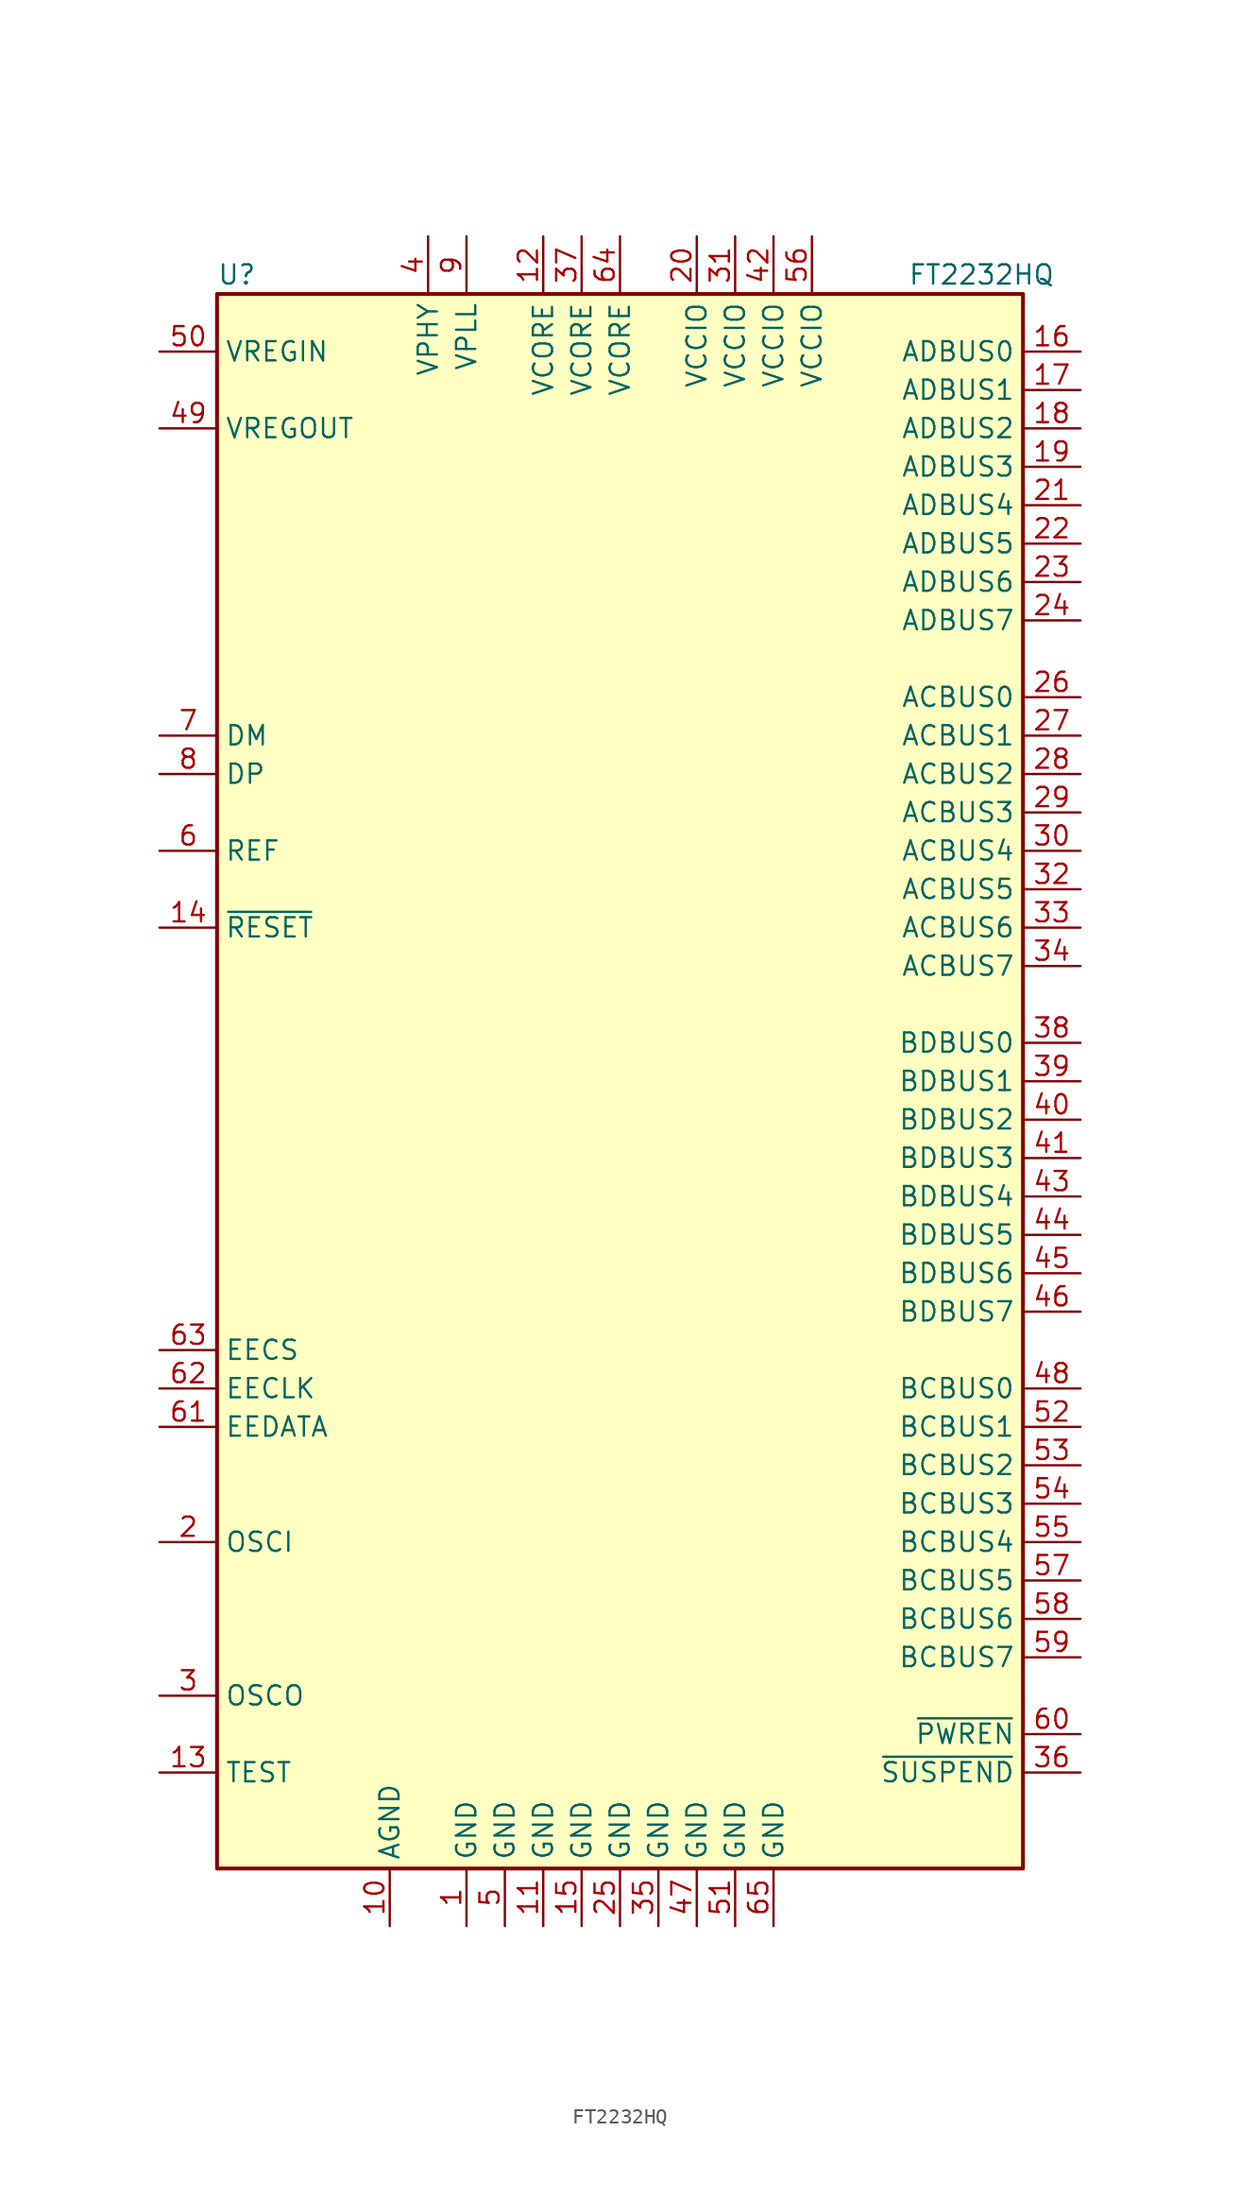
<source format=kicad_sym>
(kicad_symbol_lib
  (version 20201005)
  (generator kicad_symbol_editor)
  (symbol "FT2232HQ"
    (property "Reference" "U"
      (at -26.67 53.34 0)
      (effects (font (size 1.27 1.27)) (justify left)))
    (property "Value" "FT2232HQ"
      (at 19.05 53.34 0)
      (effects (font (size 1.27 1.27)) (justify left)))
    (symbol "FT2232HQ_0_1"
      (rectangle (start -26.67 -52.07) (end 26.67 52.07) (stroke (width 0.254)) (fill (type background))))
    (symbol "FT2232HQ_1_1"
      (pin power_in line (at -10.16 -55.88 90) (length 3.81) (name "GND" (effects (font (size 1.27 1.27)))) (number "1" (effects (font (size 1.27 1.27)))))
      (pin power_in line (at -15.24 -55.88 90) (length 3.81) (name "AGND" (effects (font (size 1.27 1.27)))) (number "10" (effects (font (size 1.27 1.27)))))
      (pin power_in line (at -5.08 -55.88 90) (length 3.81) (name "GND" (effects (font (size 1.27 1.27)))) (number "11" (effects (font (size 1.27 1.27)))))
      (pin power_in line (at -5.08 55.88 270) (length 3.81) (name "VCORE" (effects (font (size 1.27 1.27)))) (number "12" (effects (font (size 1.27 1.27)))))
      (pin input line (at -30.48 -45.72 0) (length 3.81) (name "TEST" (effects (font (size 1.27 1.27)))) (number "13" (effects (font (size 1.27 1.27)))))
      (pin input line (at -30.48 10.16 0) (length 3.81) (name "~RESET" (effects (font (size 1.27 1.27)))) (number "14" (effects (font (size 1.27 1.27)))))
      (pin power_in line (at -2.54 -55.88 90) (length 3.81) (name "GND" (effects (font (size 1.27 1.27)))) (number "15" (effects (font (size 1.27 1.27)))))
      (pin bidirectional line (at 30.48 48.26 180) (length 3.81) (name "ADBUS0" (effects (font (size 1.27 1.27)))) (number "16" (effects (font (size 1.27 1.27)))))
      (pin bidirectional line (at 30.48 45.72 180) (length 3.81) (name "ADBUS1" (effects (font (size 1.27 1.27)))) (number "17" (effects (font (size 1.27 1.27)))))
      (pin bidirectional line (at 30.48 43.18 180) (length 3.81) (name "ADBUS2" (effects (font (size 1.27 1.27)))) (number "18" (effects (font (size 1.27 1.27)))))
      (pin bidirectional line (at 30.48 40.64 180) (length 3.81) (name "ADBUS3" (effects (font (size 1.27 1.27)))) (number "19" (effects (font (size 1.27 1.27)))))
      (pin input line (at -30.48 -30.48 0) (length 3.81) (name "OSCI" (effects (font (size 1.27 1.27)))) (number "2" (effects (font (size 1.27 1.27)))))
      (pin power_in line (at 5.08 55.88 270) (length 3.81) (name "VCCIO" (effects (font (size 1.27 1.27)))) (number "20" (effects (font (size 1.27 1.27)))))
      (pin bidirectional line (at 30.48 38.1 180) (length 3.81) (name "ADBUS4" (effects (font (size 1.27 1.27)))) (number "21" (effects (font (size 1.27 1.27)))))
      (pin bidirectional line (at 30.48 35.56 180) (length 3.81) (name "ADBUS5" (effects (font (size 1.27 1.27)))) (number "22" (effects (font (size 1.27 1.27)))))
      (pin bidirectional line (at 30.48 33.02 180) (length 3.81) (name "ADBUS6" (effects (font (size 1.27 1.27)))) (number "23" (effects (font (size 1.27 1.27)))))
      (pin bidirectional line (at 30.48 30.48 180) (length 3.81) (name "ADBUS7" (effects (font (size 1.27 1.27)))) (number "24" (effects (font (size 1.27 1.27)))))
      (pin power_in line (at 0 -55.88 90) (length 3.81) (name "GND" (effects (font (size 1.27 1.27)))) (number "25" (effects (font (size 1.27 1.27)))))
      (pin bidirectional line (at 30.48 25.4 180) (length 3.81) (name "ACBUS0" (effects (font (size 1.27 1.27)))) (number "26" (effects (font (size 1.27 1.27)))))
      (pin bidirectional line (at 30.48 22.86 180) (length 3.81) (name "ACBUS1" (effects (font (size 1.27 1.27)))) (number "27" (effects (font (size 1.27 1.27)))))
      (pin bidirectional line (at 30.48 20.32 180) (length 3.81) (name "ACBUS2" (effects (font (size 1.27 1.27)))) (number "28" (effects (font (size 1.27 1.27)))))
      (pin bidirectional line (at 30.48 17.78 180) (length 3.81) (name "ACBUS3" (effects (font (size 1.27 1.27)))) (number "29" (effects (font (size 1.27 1.27)))))
      (pin output line (at -30.48 -40.64 0) (length 3.81) (name "OSCO" (effects (font (size 1.27 1.27)))) (number "3" (effects (font (size 1.27 1.27)))))
      (pin bidirectional line (at 30.48 15.24 180) (length 3.81) (name "ACBUS4" (effects (font (size 1.27 1.27)))) (number "30" (effects (font (size 1.27 1.27)))))
      (pin power_in line (at 7.62 55.88 270) (length 3.81) (name "VCCIO" (effects (font (size 1.27 1.27)))) (number "31" (effects (font (size 1.27 1.27)))))
      (pin bidirectional line (at 30.48 12.7 180) (length 3.81) (name "ACBUS5" (effects (font (size 1.27 1.27)))) (number "32" (effects (font (size 1.27 1.27)))))
      (pin bidirectional line (at 30.48 10.16 180) (length 3.81) (name "ACBUS6" (effects (font (size 1.27 1.27)))) (number "33" (effects (font (size 1.27 1.27)))))
      (pin bidirectional line (at 30.48 7.62 180) (length 3.81) (name "ACBUS7" (effects (font (size 1.27 1.27)))) (number "34" (effects (font (size 1.27 1.27)))))
      (pin power_in line (at 2.54 -55.88 90) (length 3.81) (name "GND" (effects (font (size 1.27 1.27)))) (number "35" (effects (font (size 1.27 1.27)))))
      (pin output line (at 30.48 -45.72 180) (length 3.81) (name "~SUSPEND" (effects (font (size 1.27 1.27)))) (number "36" (effects (font (size 1.27 1.27)))))
      (pin power_in line (at -2.54 55.88 270) (length 3.81) (name "VCORE" (effects (font (size 1.27 1.27)))) (number "37" (effects (font (size 1.27 1.27)))))
      (pin bidirectional line (at 30.48 2.54 180) (length 3.81) (name "BDBUS0" (effects (font (size 1.27 1.27)))) (number "38" (effects (font (size 1.27 1.27)))))
      (pin bidirectional line (at 30.48 0 180) (length 3.81) (name "BDBUS1" (effects (font (size 1.27 1.27)))) (number "39" (effects (font (size 1.27 1.27)))))
      (pin power_in line (at -12.7 55.88 270) (length 3.81) (name "VPHY" (effects (font (size 1.27 1.27)))) (number "4" (effects (font (size 1.27 1.27)))))
      (pin bidirectional line (at 30.48 -2.54 180) (length 3.81) (name "BDBUS2" (effects (font (size 1.27 1.27)))) (number "40" (effects (font (size 1.27 1.27)))))
      (pin bidirectional line (at 30.48 -5.08 180) (length 3.81) (name "BDBUS3" (effects (font (size 1.27 1.27)))) (number "41" (effects (font (size 1.27 1.27)))))
      (pin power_in line (at 10.16 55.88 270) (length 3.81) (name "VCCIO" (effects (font (size 1.27 1.27)))) (number "42" (effects (font (size 1.27 1.27)))))
      (pin bidirectional line (at 30.48 -7.62 180) (length 3.81) (name "BDBUS4" (effects (font (size 1.27 1.27)))) (number "43" (effects (font (size 1.27 1.27)))))
      (pin bidirectional line (at 30.48 -10.16 180) (length 3.81) (name "BDBUS5" (effects (font (size 1.27 1.27)))) (number "44" (effects (font (size 1.27 1.27)))))
      (pin bidirectional line (at 30.48 -12.7 180) (length 3.81) (name "BDBUS6" (effects (font (size 1.27 1.27)))) (number "45" (effects (font (size 1.27 1.27)))))
      (pin bidirectional line (at 30.48 -15.24 180) (length 3.81) (name "BDBUS7" (effects (font (size 1.27 1.27)))) (number "46" (effects (font (size 1.27 1.27)))))
      (pin power_in line (at 5.08 -55.88 90) (length 3.81) (name "GND" (effects (font (size 1.27 1.27)))) (number "47" (effects (font (size 1.27 1.27)))))
      (pin bidirectional line (at 30.48 -20.32 180) (length 3.81) (name "BCBUS0" (effects (font (size 1.27 1.27)))) (number "48" (effects (font (size 1.27 1.27)))))
      (pin power_out line (at -30.48 43.18 0) (length 3.81) (name "VREGOUT" (effects (font (size 1.27 1.27)))) (number "49" (effects (font (size 1.27 1.27)))))
      (pin power_in line (at -7.62 -55.88 90) (length 3.81) (name "GND" (effects (font (size 1.27 1.27)))) (number "5" (effects (font (size 1.27 1.27)))))
      (pin power_in line (at -30.48 48.26 0) (length 3.81) (name "VREGIN" (effects (font (size 1.27 1.27)))) (number "50" (effects (font (size 1.27 1.27)))))
      (pin power_in line (at 7.62 -55.88 90) (length 3.81) (name "GND" (effects (font (size 1.27 1.27)))) (number "51" (effects (font (size 1.27 1.27)))))
      (pin bidirectional line (at 30.48 -22.86 180) (length 3.81) (name "BCBUS1" (effects (font (size 1.27 1.27)))) (number "52" (effects (font (size 1.27 1.27)))))
      (pin bidirectional line (at 30.48 -25.4 180) (length 3.81) (name "BCBUS2" (effects (font (size 1.27 1.27)))) (number "53" (effects (font (size 1.27 1.27)))))
      (pin bidirectional line (at 30.48 -27.94 180) (length 3.81) (name "BCBUS3" (effects (font (size 1.27 1.27)))) (number "54" (effects (font (size 1.27 1.27)))))
      (pin bidirectional line (at 30.48 -30.48 180) (length 3.81) (name "BCBUS4" (effects (font (size 1.27 1.27)))) (number "55" (effects (font (size 1.27 1.27)))))
      (pin power_in line (at 12.7 55.88 270) (length 3.81) (name "VCCIO" (effects (font (size 1.27 1.27)))) (number "56" (effects (font (size 1.27 1.27)))))
      (pin bidirectional line (at 30.48 -33.02 180) (length 3.81) (name "BCBUS5" (effects (font (size 1.27 1.27)))) (number "57" (effects (font (size 1.27 1.27)))))
      (pin bidirectional line (at 30.48 -35.56 180) (length 3.81) (name "BCBUS6" (effects (font (size 1.27 1.27)))) (number "58" (effects (font (size 1.27 1.27)))))
      (pin bidirectional line (at 30.48 -38.1 180) (length 3.81) (name "BCBUS7" (effects (font (size 1.27 1.27)))) (number "59" (effects (font (size 1.27 1.27)))))
      (pin output line (at -30.48 15.24 0) (length 3.81) (name "REF" (effects (font (size 1.27 1.27)))) (number "6" (effects (font (size 1.27 1.27)))))
      (pin output line (at 30.48 -43.18 180) (length 3.81) (name "~PWREN" (effects (font (size 1.27 1.27)))) (number "60" (effects (font (size 1.27 1.27)))))
      (pin bidirectional line (at -30.48 -22.86 0) (length 3.81) (name "EEDATA" (effects (font (size 1.27 1.27)))) (number "61" (effects (font (size 1.27 1.27)))))
      (pin output line (at -30.48 -20.32 0) (length 3.81) (name "EECLK" (effects (font (size 1.27 1.27)))) (number "62" (effects (font (size 1.27 1.27)))))
      (pin output line (at -30.48 -17.78 0) (length 3.81) (name "EECS" (effects (font (size 1.27 1.27)))) (number "63" (effects (font (size 1.27 1.27)))))
      (pin power_in line (at 0 55.88 270) (length 3.81) (name "VCORE" (effects (font (size 1.27 1.27)))) (number "64" (effects (font (size 1.27 1.27)))))
      (pin power_in line (at 10.16 -55.88 90) (length 3.81) (name "GND" (effects (font (size 1.27 1.27)))) (number "65" (effects (font (size 1.27 1.27)))))
      (pin bidirectional line (at -30.48 22.86 0) (length 3.81) (name "DM" (effects (font (size 1.27 1.27)))) (number "7" (effects (font (size 1.27 1.27)))))
      (pin bidirectional line (at -30.48 20.32 0) (length 3.81) (name "DP" (effects (font (size 1.27 1.27)))) (number "8" (effects (font (size 1.27 1.27)))))
      (pin input line (at -10.16 55.88 270) (length 3.81) (name "VPLL" (effects (font (size 1.27 1.27)))) (number "9" (effects (font (size 1.27 1.27))))))))
</source>
